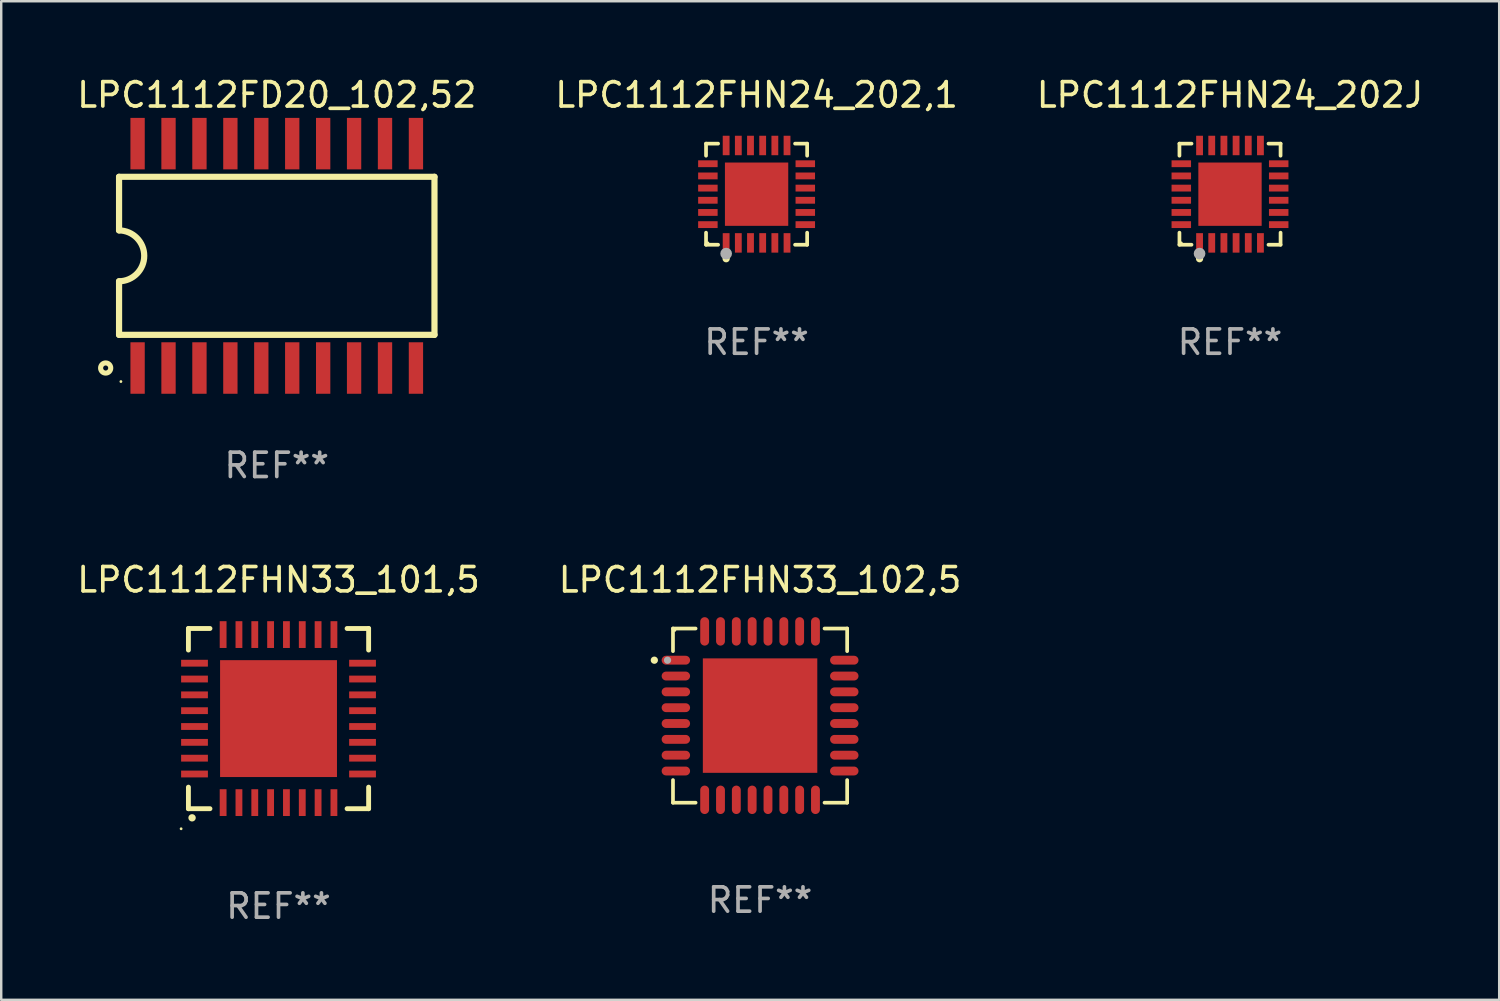
<source format=kicad_pcb>
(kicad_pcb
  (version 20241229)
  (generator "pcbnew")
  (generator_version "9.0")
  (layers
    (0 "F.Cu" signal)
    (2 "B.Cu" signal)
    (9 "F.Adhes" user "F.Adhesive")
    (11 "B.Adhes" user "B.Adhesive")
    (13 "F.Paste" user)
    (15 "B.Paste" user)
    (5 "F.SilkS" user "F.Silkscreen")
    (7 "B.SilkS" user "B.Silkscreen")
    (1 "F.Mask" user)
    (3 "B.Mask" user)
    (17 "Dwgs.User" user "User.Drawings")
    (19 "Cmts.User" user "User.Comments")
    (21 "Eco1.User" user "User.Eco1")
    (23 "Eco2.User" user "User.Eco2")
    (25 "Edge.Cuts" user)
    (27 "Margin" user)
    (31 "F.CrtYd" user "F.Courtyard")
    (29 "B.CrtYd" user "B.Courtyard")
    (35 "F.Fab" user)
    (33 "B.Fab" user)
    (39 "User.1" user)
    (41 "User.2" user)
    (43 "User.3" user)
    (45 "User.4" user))
  (footprint "LPC1112FHN33_102,5"
    (layer "F.Cu")
    (at 28.161 26.335)
    (property "Reference" "LPC1112FHN33_102,5" (at 0 -5.576 0) (layer "F.SilkS") (effects (font (size 1 1) (thickness 0.15))))
    (attr through_hole)
    (fp_line (start -3.576 -3.576) (end -3.576 -2.647) (stroke (width 0.152) (type solid)) (layer "F.SilkS"))
    (fp_line (start -3.576 3.576) (end -3.576 2.647) (stroke (width 0.152) (type solid)) (layer "F.SilkS"))
    (fp_line (start -2.647 -3.576) (end -3.576 -3.576) (stroke (width 0.152) (type solid)) (layer "F.SilkS"))
    (fp_line (start -2.647 3.576) (end -3.576 3.576) (stroke (width 0.152) (type solid)) (layer "F.SilkS"))
    (fp_line (start 2.647 -3.576) (end 3.576 -3.576) (stroke (width 0.152) (type solid)) (layer "F.SilkS"))
    (fp_line (start 2.647 3.576) (end 3.576 3.576) (stroke (width 0.152) (type solid)) (layer "F.SilkS"))
    (fp_line (start 3.576 -3.576) (end 3.576 -2.647) (stroke (width 0.152) (type solid)) (layer "F.SilkS"))
    (fp_line (start 3.576 3.576) (end 3.576 2.647) (stroke (width 0.152) (type solid)) (layer "F.SilkS"))
    (fp_circle (center -4.342 -2.275) (end -4.267 -2.275) (stroke (width 0.15) (type solid)) (fill no) (layer "F.SilkS"))
    (fp_circle (center -3.5 -3.5) (end -3.47 -3.5) (stroke (width 0.06) (type solid)) (fill no) (layer "F.SilkS"))
    (fp_circle (center -3.8 -2.275) (end -3.725 -2.275) (stroke (width 0.15) (type solid)) (fill no) (layer "F.Fab"))
    (fp_text user "REF**" (at 0 7.576 0) (layer "F.Fab") (effects (font (size 1 1) (thickness 0.15))))
    (pad "1" smd oval (at -3.458 -2.275 270) (size 0.364 1.167) (layers "F.Cu" "F.Mask" "F.Paste"))
    (pad "2" smd oval (at -3.458 -1.625 270) (size 0.364 1.167) (layers "F.Cu" "F.Mask" "F.Paste"))
    (pad "3" smd oval (at -3.458 -0.975 270) (size 0.364 1.167) (layers "F.Cu" "F.Mask" "F.Paste"))
    (pad "4" smd oval (at -3.458 -0.325 270) (size 0.364 1.167) (layers "F.Cu" "F.Mask" "F.Paste"))
    (pad "5" smd oval (at -3.458 0.325 270) (size 0.364 1.167) (layers "F.Cu" "F.Mask" "F.Paste"))
    (pad "6" smd oval (at -3.458 0.975 270) (size 0.364 1.167) (layers "F.Cu" "F.Mask" "F.Paste"))
    (pad "7" smd oval (at -3.458 1.625 270) (size 0.364 1.167) (layers "F.Cu" "F.Mask" "F.Paste"))
    (pad "8" smd oval (at -3.458 2.275 270) (size 0.364 1.167) (layers "F.Cu" "F.Mask" "F.Paste"))
    (pad "9" smd oval (at -2.275 3.458 270) (size 1.167 0.364) (layers "F.Cu" "F.Mask" "F.Paste"))
    (pad "10" smd oval (at -1.625 3.458 270) (size 1.167 0.364) (layers "F.Cu" "F.Mask" "F.Paste"))
    (pad "11" smd oval (at -0.975 3.458 270) (size 1.167 0.364) (layers "F.Cu" "F.Mask" "F.Paste"))
    (pad "12" smd oval (at -0.325 3.458 270) (size 1.167 0.364) (layers "F.Cu" "F.Mask" "F.Paste"))
    (pad "13" smd oval (at 0.325 3.458 270) (size 1.167 0.364) (layers "F.Cu" "F.Mask" "F.Paste"))
    (pad "14" smd oval (at 0.975 3.458 270) (size 1.167 0.364) (layers "F.Cu" "F.Mask" "F.Paste"))
    (pad "15" smd oval (at 1.625 3.458 270) (size 1.167 0.364) (layers "F.Cu" "F.Mask" "F.Paste"))
    (pad "16" smd oval (at 2.275 3.458 270) (size 1.167 0.364) (layers "F.Cu" "F.Mask" "F.Paste"))
    (pad "17" smd oval (at 3.458 2.275 270) (size 0.364 1.167) (layers "F.Cu" "F.Mask" "F.Paste"))
    (pad "18" smd oval (at 3.458 1.625 270) (size 0.364 1.167) (layers "F.Cu" "F.Mask" "F.Paste"))
    (pad "19" smd oval (at 3.458 0.975 270) (size 0.364 1.167) (layers "F.Cu" "F.Mask" "F.Paste"))
    (pad "20" smd oval (at 3.458 0.325 270) (size 0.364 1.167) (layers "F.Cu" "F.Mask" "F.Paste"))
    (pad "21" smd oval (at 3.458 -0.325 270) (size 0.364 1.167) (layers "F.Cu" "F.Mask" "F.Paste"))
    (pad "22" smd oval (at 3.458 -0.975 270) (size 0.364 1.167) (layers "F.Cu" "F.Mask" "F.Paste"))
    (pad "23" smd oval (at 3.458 -1.625 270) (size 0.364 1.167) (layers "F.Cu" "F.Mask" "F.Paste"))
    (pad "24" smd oval (at 3.458 -2.275 270) (size 0.364 1.167) (layers "F.Cu" "F.Mask" "F.Paste"))
    (pad "25" smd oval (at 2.275 -3.458 270) (size 1.167 0.364) (layers "F.Cu" "F.Mask" "F.Paste"))
    (pad "26" smd oval (at 1.625 -3.458 270) (size 1.167 0.364) (layers "F.Cu" "F.Mask" "F.Paste"))
    (pad "27" smd oval (at 0.975 -3.458 270) (size 1.167 0.364) (layers "F.Cu" "F.Mask" "F.Paste"))
    (pad "28" smd oval (at 0.325 -3.458 270) (size 1.167 0.364) (layers "F.Cu" "F.Mask" "F.Paste"))
    (pad "29" smd oval (at -0.325 -3.458 270) (size 1.167 0.364) (layers "F.Cu" "F.Mask" "F.Paste"))
    (pad "30" smd oval (at -0.975 -3.458 270) (size 1.167 0.364) (layers "F.Cu" "F.Mask" "F.Paste"))
    (pad "31" smd oval (at -1.625 -3.458 270) (size 1.167 0.364) (layers "F.Cu" "F.Mask" "F.Paste"))
    (pad "32" smd oval (at -2.275 -3.458 270) (size 1.167 0.364) (layers "F.Cu" "F.Mask" "F.Paste"))
    (pad "33" smd rect (at 0 0) (size 4.7 4.7) (layers "F.Cu" "F.Mask" "F.Paste")))
  (footprint "LPC1112FHN24_202,1"
    (layer "F.Cu")
    (at 28.018 4.924)
    (property "Reference" "LPC1112FHN24_202,1" (at 0 -4.076 0) (layer "F.SilkS") (effects (font (size 1 1) (thickness 0.15))))
    (attr through_hole)
    (fp_line (start -2.076 -2.076) (end -1.58 -2.076) (stroke (width 0.152) (type solid)) (layer "F.SilkS"))
    (fp_line (start -2.076 -1.58) (end -2.076 -2.076) (stroke (width 0.152) (type solid)) (layer "F.SilkS"))
    (fp_line (start -2.076 1.58) (end -2.076 2.076) (stroke (width 0.152) (type solid)) (layer "F.SilkS"))
    (fp_line (start -2.076 2.076) (end -1.58 2.076) (stroke (width 0.152) (type solid)) (layer "F.SilkS"))
    (fp_line (start 2.076 -2.076) (end 1.58 -2.076) (stroke (width 0.152) (type solid)) (layer "F.SilkS"))
    (fp_line (start 2.076 -1.58) (end 2.076 -2.076) (stroke (width 0.152) (type solid)) (layer "F.SilkS"))
    (fp_line (start 2.076 1.58) (end 2.076 2.076) (stroke (width 0.152) (type solid)) (layer "F.SilkS"))
    (fp_line (start 2.076 2.076) (end 1.58 2.076) (stroke (width 0.152) (type solid)) (layer "F.SilkS"))
    (fp_circle (center -2 2) (end -1.97 2) (stroke (width 0.06) (type solid)) (fill no) (layer "F.SilkS"))
    (fp_circle (center -1.25 2.65) (end -1.175 2.65) (stroke (width 0.15) (type solid)) (fill no) (layer "F.SilkS"))
    (fp_circle (center -1.25 2.44) (end -1.13 2.44) (stroke (width 0.24) (type solid)) (fill no) (layer "F.Fab"))
    (fp_text user "REF**" (at 0 6.076 0) (layer "F.Fab") (effects (font (size 1 1) (thickness 0.15))))
    (pad "1" smd rect (at -1.25 2) (size 0.28 0.8) (layers "F.Cu" "F.Mask" "F.Paste"))
    (pad "2" smd rect (at -0.75 2) (size 0.28 0.8) (layers "F.Cu" "F.Mask" "F.Paste"))
    (pad "3" smd rect (at -0.25 2) (size 0.28 0.8) (layers "F.Cu" "F.Mask" "F.Paste"))
    (pad "4" smd rect (at 0.25 2) (size 0.28 0.8) (layers "F.Cu" "F.Mask" "F.Paste"))
    (pad "5" smd rect (at 0.75 2) (size 0.28 0.8) (layers "F.Cu" "F.Mask" "F.Paste"))
    (pad "6" smd rect (at 1.25 2) (size 0.28 0.8) (layers "F.Cu" "F.Mask" "F.Paste"))
    (pad "7" smd rect (at 2 1.25) (size 0.8 0.28) (layers "F.Cu" "F.Mask" "F.Paste"))
    (pad "8" smd rect (at 2 0.75) (size 0.8 0.28) (layers "F.Cu" "F.Mask" "F.Paste"))
    (pad "9" smd rect (at 2 0.25) (size 0.8 0.28) (layers "F.Cu" "F.Mask" "F.Paste"))
    (pad "10" smd rect (at 2 -0.25) (size 0.8 0.28) (layers "F.Cu" "F.Mask" "F.Paste"))
    (pad "11" smd rect (at 2 -0.75) (size 0.8 0.28) (layers "F.Cu" "F.Mask" "F.Paste"))
    (pad "12" smd rect (at 2 -1.25) (size 0.8 0.28) (layers "F.Cu" "F.Mask" "F.Paste"))
    (pad "13" smd rect (at 1.25 -2) (size 0.28 0.8) (layers "F.Cu" "F.Mask" "F.Paste"))
    (pad "14" smd rect (at 0.75 -2) (size 0.28 0.8) (layers "F.Cu" "F.Mask" "F.Paste"))
    (pad "15" smd rect (at 0.25 -2) (size 0.28 0.8) (layers "F.Cu" "F.Mask" "F.Paste"))
    (pad "16" smd rect (at -0.25 -2) (size 0.28 0.8) (layers "F.Cu" "F.Mask" "F.Paste"))
    (pad "17" smd rect (at -0.75 -2) (size 0.28 0.8) (layers "F.Cu" "F.Mask" "F.Paste"))
    (pad "18" smd rect (at -1.25 -2) (size 0.28 0.8) (layers "F.Cu" "F.Mask" "F.Paste"))
    (pad "19" smd rect (at -2 -1.25) (size 0.8 0.28) (layers "F.Cu" "F.Mask" "F.Paste"))
    (pad "20" smd rect (at -2 -0.75) (size 0.8 0.28) (layers "F.Cu" "F.Mask" "F.Paste"))
    (pad "21" smd rect (at -2 -0.25) (size 0.8 0.28) (layers "F.Cu" "F.Mask" "F.Paste"))
    (pad "22" smd rect (at -2 0.25) (size 0.8 0.28) (layers "F.Cu" "F.Mask" "F.Paste"))
    (pad "23" smd rect (at -2 0.75) (size 0.8 0.28) (layers "F.Cu" "F.Mask" "F.Paste"))
    (pad "24" smd rect (at -2 1.25) (size 0.8 0.28) (layers "F.Cu" "F.Mask" "F.Paste"))
    (pad "25" smd rect (at 0 0) (size 2.6 2.6) (layers "F.Cu" "F.Mask" "F.Paste")))
  (footprint "LPC1112FHN24_202J"
    (layer "F.Cu")
    (at 47.458 4.924)
    (property "Reference" "LPC1112FHN24_202J" (at 0 -4.076 0) (layer "F.SilkS") (effects (font (size 1 1) (thickness 0.15))))
    (attr through_hole)
    (fp_line (start -2.076 -2.076) (end -1.58 -2.076) (stroke (width 0.152) (type solid)) (layer "F.SilkS"))
    (fp_line (start -2.076 -1.58) (end -2.076 -2.076) (stroke (width 0.152) (type solid)) (layer "F.SilkS"))
    (fp_line (start -2.076 1.58) (end -2.076 2.076) (stroke (width 0.152) (type solid)) (layer "F.SilkS"))
    (fp_line (start -2.076 2.076) (end -1.58 2.076) (stroke (width 0.152) (type solid)) (layer "F.SilkS"))
    (fp_line (start 2.076 -2.076) (end 1.58 -2.076) (stroke (width 0.152) (type solid)) (layer "F.SilkS"))
    (fp_line (start 2.076 -1.58) (end 2.076 -2.076) (stroke (width 0.152) (type solid)) (layer "F.SilkS"))
    (fp_line (start 2.076 1.58) (end 2.076 2.076) (stroke (width 0.152) (type solid)) (layer "F.SilkS"))
    (fp_line (start 2.076 2.076) (end 1.58 2.076) (stroke (width 0.152) (type solid)) (layer "F.SilkS"))
    (fp_circle (center -2 2) (end -1.97 2) (stroke (width 0.06) (type solid)) (fill no) (layer "F.SilkS"))
    (fp_circle (center -1.25 2.65) (end -1.175 2.65) (stroke (width 0.15) (type solid)) (fill no) (layer "F.SilkS"))
    (fp_circle (center -1.25 2.44) (end -1.13 2.44) (stroke (width 0.24) (type solid)) (fill no) (layer "F.Fab"))
    (fp_text user "REF**" (at 0 6.076 0) (layer "F.Fab") (effects (font (size 1 1) (thickness 0.15))))
    (pad "1" smd rect (at -1.25 2) (size 0.28 0.8) (layers "F.Cu" "F.Mask" "F.Paste"))
    (pad "2" smd rect (at -0.75 2) (size 0.28 0.8) (layers "F.Cu" "F.Mask" "F.Paste"))
    (pad "3" smd rect (at -0.25 2) (size 0.28 0.8) (layers "F.Cu" "F.Mask" "F.Paste"))
    (pad "4" smd rect (at 0.25 2) (size 0.28 0.8) (layers "F.Cu" "F.Mask" "F.Paste"))
    (pad "5" smd rect (at 0.75 2) (size 0.28 0.8) (layers "F.Cu" "F.Mask" "F.Paste"))
    (pad "6" smd rect (at 1.25 2) (size 0.28 0.8) (layers "F.Cu" "F.Mask" "F.Paste"))
    (pad "7" smd rect (at 2 1.25) (size 0.8 0.28) (layers "F.Cu" "F.Mask" "F.Paste"))
    (pad "8" smd rect (at 2 0.75) (size 0.8 0.28) (layers "F.Cu" "F.Mask" "F.Paste"))
    (pad "9" smd rect (at 2 0.25) (size 0.8 0.28) (layers "F.Cu" "F.Mask" "F.Paste"))
    (pad "10" smd rect (at 2 -0.25) (size 0.8 0.28) (layers "F.Cu" "F.Mask" "F.Paste"))
    (pad "11" smd rect (at 2 -0.75) (size 0.8 0.28) (layers "F.Cu" "F.Mask" "F.Paste"))
    (pad "12" smd rect (at 2 -1.25) (size 0.8 0.28) (layers "F.Cu" "F.Mask" "F.Paste"))
    (pad "13" smd rect (at 1.25 -2) (size 0.28 0.8) (layers "F.Cu" "F.Mask" "F.Paste"))
    (pad "14" smd rect (at 0.75 -2) (size 0.28 0.8) (layers "F.Cu" "F.Mask" "F.Paste"))
    (pad "15" smd rect (at 0.25 -2) (size 0.28 0.8) (layers "F.Cu" "F.Mask" "F.Paste"))
    (pad "16" smd rect (at -0.25 -2) (size 0.28 0.8) (layers "F.Cu" "F.Mask" "F.Paste"))
    (pad "17" smd rect (at -0.75 -2) (size 0.28 0.8) (layers "F.Cu" "F.Mask" "F.Paste"))
    (pad "18" smd rect (at -1.25 -2) (size 0.28 0.8) (layers "F.Cu" "F.Mask" "F.Paste"))
    (pad "19" smd rect (at -2 -1.25) (size 0.8 0.28) (layers "F.Cu" "F.Mask" "F.Paste"))
    (pad "20" smd rect (at -2 -0.75) (size 0.8 0.28) (layers "F.Cu" "F.Mask" "F.Paste"))
    (pad "21" smd rect (at -2 -0.25) (size 0.8 0.28) (layers "F.Cu" "F.Mask" "F.Paste"))
    (pad "22" smd rect (at -2 0.25) (size 0.8 0.28) (layers "F.Cu" "F.Mask" "F.Paste"))
    (pad "23" smd rect (at -2 0.75) (size 0.8 0.28) (layers "F.Cu" "F.Mask" "F.Paste"))
    (pad "24" smd rect (at -2 1.25) (size 0.8 0.28) (layers "F.Cu" "F.Mask" "F.Paste"))
    (pad "25" smd rect (at 0 0) (size 2.6 2.6) (layers "F.Cu" "F.Mask" "F.Paste")))
  (footprint "LPC1112FD20_102,52"
    (layer "F.Cu")
    (at 8.315 7.455)
    (property "Reference" "LPC1112FD20_102,52" (at 0 -6.607 0) (layer "F.SilkS") (effects (font (size 1 1) (thickness 0.15))))
    (attr through_hole)
    (fp_line (start -6.476 -3.245) (end -6.476 -1.045) (stroke (width 0.254) (type solid)) (layer "F.SilkS"))
    (fp_line (start -6.476 -3.245) (end 6.476 -3.245) (stroke (width 0.254) (type solid)) (layer "F.SilkS"))
    (fp_line (start -6.476 3.245) (end -6.476 1.045) (stroke (width 0.254) (type solid)) (layer "F.SilkS"))
    (fp_line (start 6.476 -3.245) (end 6.476 3.245) (stroke (width 0.254) (type solid)) (layer "F.SilkS"))
    (fp_line (start 6.476 3.245) (end -6.476 3.245) (stroke (width 0.254) (type solid)) (layer "F.SilkS"))
    (fp_arc (start -6.477013 -1.043942) (mid -5.432436 0.000229) (end -6.4762 1.045212) (stroke (width 0.254001) (type solid)) (layer "F.SilkS"))
    (fp_circle (center -7.026 4.607) (end -6.922 4.607) (stroke (width 0.209) (type solid)) (fill no) (layer "F.SilkS"))
    (fp_circle (center -6.4 5.163) (end -6.37 5.163) (stroke (width 0.06) (type solid)) (fill no) (layer "F.SilkS"))
    (fp_text user "REF**" (at 0 8.607 0) (layer "F.Fab") (effects (font (size 1 1) (thickness 0.15))))
    (pad "1" smd rect (at -5.715 4.607) (size 0.588 2.114) (layers "F.Cu" "F.Mask" "F.Paste"))
    (pad "2" smd rect (at -4.445 4.607) (size 0.588 2.114) (layers "F.Cu" "F.Mask" "F.Paste"))
    (pad "3" smd rect (at -3.175 4.607) (size 0.588 2.114) (layers "F.Cu" "F.Mask" "F.Paste"))
    (pad "4" smd rect (at -1.905 4.607) (size 0.588 2.114) (layers "F.Cu" "F.Mask" "F.Paste"))
    (pad "5" smd rect (at -0.635 4.607) (size 0.588 2.114) (layers "F.Cu" "F.Mask" "F.Paste"))
    (pad "6" smd rect (at 0.635 4.607) (size 0.588 2.114) (layers "F.Cu" "F.Mask" "F.Paste"))
    (pad "7" smd rect (at 1.905 4.607) (size 0.588 2.114) (layers "F.Cu" "F.Mask" "F.Paste"))
    (pad "8" smd rect (at 3.175 4.607) (size 0.588 2.114) (layers "F.Cu" "F.Mask" "F.Paste"))
    (pad "9" smd rect (at 4.445 4.607) (size 0.588 2.114) (layers "F.Cu" "F.Mask" "F.Paste"))
    (pad "10" smd rect (at 5.715 4.607) (size 0.588 2.114) (layers "F.Cu" "F.Mask" "F.Paste"))
    (pad "11" smd rect (at 5.715 -4.607) (size 0.588 2.114) (layers "F.Cu" "F.Mask" "F.Paste"))
    (pad "12" smd rect (at 4.445 -4.607) (size 0.588 2.114) (layers "F.Cu" "F.Mask" "F.Paste"))
    (pad "13" smd rect (at 3.175 -4.607) (size 0.588 2.114) (layers "F.Cu" "F.Mask" "F.Paste"))
    (pad "14" smd rect (at 1.905 -4.607) (size 0.588 2.114) (layers "F.Cu" "F.Mask" "F.Paste"))
    (pad "15" smd rect (at 0.635 -4.607) (size 0.588 2.114) (layers "F.Cu" "F.Mask" "F.Paste"))
    (pad "16" smd rect (at -0.635 -4.607) (size 0.588 2.114) (layers "F.Cu" "F.Mask" "F.Paste"))
    (pad "17" smd rect (at -1.905 -4.607) (size 0.588 2.114) (layers "F.Cu" "F.Mask" "F.Paste"))
    (pad "18" smd rect (at -3.175 -4.607) (size 0.588 2.114) (layers "F.Cu" "F.Mask" "F.Paste"))
    (pad "19" smd rect (at -4.445 -4.607) (size 0.588 2.114) (layers "F.Cu" "F.Mask" "F.Paste"))
    (pad "20" smd rect (at -5.715 -4.607) (size 0.588 2.114) (layers "F.Cu" "F.Mask" "F.Paste")))
  (footprint "LPC1112FHN33_101,5"
    (layer "F.Cu")
    (at 8.387 26.458)
    (property "Reference" "LPC1112FHN33_101,5" (at 0 -5.7 0) (layer "F.SilkS") (effects (font (size 1 1) (thickness 0.15))))
    (attr through_hole)
    (fp_line (start -3.7 -3.7) (end -2.815 -3.7) (stroke (width 0.2) (type solid)) (layer "F.SilkS"))
    (fp_line (start -3.7 -2.815) (end -3.7 -3.7) (stroke (width 0.2) (type solid)) (layer "F.SilkS"))
    (fp_line (start -3.7 3.7) (end -3.7 2.815) (stroke (width 0.2) (type solid)) (layer "F.SilkS"))
    (fp_line (start -2.815 3.7) (end -3.7 3.7) (stroke (width 0.2) (type solid)) (layer "F.SilkS"))
    (fp_line (start 2.815 3.7) (end 3.7 3.7) (stroke (width 0.2) (type solid)) (layer "F.SilkS"))
    (fp_line (start 3.7 -3.7) (end 2.815 -3.7) (stroke (width 0.2) (type solid)) (layer "F.SilkS"))
    (fp_line (start 3.7 -2.815) (end 3.7 -3.7) (stroke (width 0.2) (type solid)) (layer "F.SilkS"))
    (fp_line (start 3.7 3.7) (end 3.7 2.815) (stroke (width 0.2) (type solid)) (layer "F.SilkS"))
    (fp_arc (start -3.551308 4.074168) (mid -3.550038 4.074163) (end -3.548768 4.074168) (stroke (width 0.3) (type solid)) (layer "F.SilkS"))
    (fp_circle (center -4 4.524) (end -3.97 4.524) (stroke (width 0.06) (type solid)) (fill no) (layer "F.SilkS"))
    (fp_text user "REF**" (at 0 7.7 0) (layer "F.Fab") (effects (font (size 1 1) (thickness 0.15))))
    (pad "1" smd rect (at -2.275 3.45 180) (size 0.28 1.1) (layers "F.Cu" "F.Mask" "F.Paste"))
    (pad "2" smd rect (at -1.625 3.45 180) (size 0.28 1.1) (layers "F.Cu" "F.Mask" "F.Paste"))
    (pad "3" smd rect (at -0.975 3.45 180) (size 0.28 1.1) (layers "F.Cu" "F.Mask" "F.Paste"))
    (pad "4" smd rect (at -0.325 3.45 180) (size 0.28 1.1) (layers "F.Cu" "F.Mask" "F.Paste"))
    (pad "5" smd rect (at 0.325 3.45 180) (size 0.28 1.1) (layers "F.Cu" "F.Mask" "F.Paste"))
    (pad "6" smd rect (at 0.975 3.45 180) (size 0.28 1.1) (layers "F.Cu" "F.Mask" "F.Paste"))
    (pad "7" smd rect (at 1.625 3.45 180) (size 0.28 1.1) (layers "F.Cu" "F.Mask" "F.Paste"))
    (pad "8" smd rect (at 2.275 3.45 180) (size 0.28 1.1) (layers "F.Cu" "F.Mask" "F.Paste"))
    (pad "9" smd rect (at 3.45 2.275 90) (size 0.28 1.1) (layers "F.Cu" "F.Mask" "F.Paste"))
    (pad "10" smd rect (at 3.45 1.625 90) (size 0.28 1.1) (layers "F.Cu" "F.Mask" "F.Paste"))
    (pad "11" smd rect (at 3.45 0.975 90) (size 0.28 1.1) (layers "F.Cu" "F.Mask" "F.Paste"))
    (pad "12" smd rect (at 3.45 0.325 90) (size 0.28 1.1) (layers "F.Cu" "F.Mask" "F.Paste"))
    (pad "13" smd rect (at 3.45 -0.325 90) (size 0.28 1.1) (layers "F.Cu" "F.Mask" "F.Paste"))
    (pad "14" smd rect (at 3.45 -0.975 90) (size 0.28 1.1) (layers "F.Cu" "F.Mask" "F.Paste"))
    (pad "15" smd rect (at 3.45 -1.625 90) (size 0.28 1.1) (layers "F.Cu" "F.Mask" "F.Paste"))
    (pad "16" smd rect (at 3.45 -2.275 90) (size 0.28 1.1) (layers "F.Cu" "F.Mask" "F.Paste"))
    (pad "17" smd rect (at 2.275 -3.45 180) (size 0.28 1.1) (layers "F.Cu" "F.Mask" "F.Paste"))
    (pad "18" smd rect (at 1.625 -3.45 180) (size 0.28 1.1) (layers "F.Cu" "F.Mask" "F.Paste"))
    (pad "19" smd rect (at 0.975 -3.45 180) (size 0.28 1.1) (layers "F.Cu" "F.Mask" "F.Paste"))
    (pad "20" smd rect (at 0.325 -3.45 180) (size 0.28 1.1) (layers "F.Cu" "F.Mask" "F.Paste"))
    (pad "21" smd rect (at -0.325 -3.45 180) (size 0.28 1.1) (layers "F.Cu" "F.Mask" "F.Paste"))
    (pad "22" smd rect (at -0.975 -3.45 180) (size 0.28 1.1) (layers "F.Cu" "F.Mask" "F.Paste"))
    (pad "23" smd rect (at -1.625 -3.45 180) (size 0.28 1.1) (layers "F.Cu" "F.Mask" "F.Paste"))
    (pad "24" smd rect (at -2.275 -3.45 180) (size 0.28 1.1) (layers "F.Cu" "F.Mask" "F.Paste"))
    (pad "25" smd rect (at -3.45 -2.275 90) (size 0.28 1.1) (layers "F.Cu" "F.Mask" "F.Paste"))
    (pad "26" smd rect (at -3.45 -1.625 90) (size 0.28 1.1) (layers "F.Cu" "F.Mask" "F.Paste"))
    (pad "27" smd rect (at -3.45 -0.975 90) (size 0.28 1.1) (layers "F.Cu" "F.Mask" "F.Paste"))
    (pad "28" smd rect (at -3.45 -0.325 90) (size 0.28 1.1) (layers "F.Cu" "F.Mask" "F.Paste"))
    (pad "29" smd rect (at -3.45 0.325 90) (size 0.28 1.1) (layers "F.Cu" "F.Mask" "F.Paste"))
    (pad "30" smd rect (at -3.45 0.975 90) (size 0.28 1.1) (layers "F.Cu" "F.Mask" "F.Paste"))
    (pad "31" smd rect (at -3.45 1.625 90) (size 0.28 1.1) (layers "F.Cu" "F.Mask" "F.Paste"))
    (pad "32" smd rect (at -3.45 2.275 90) (size 0.28 1.1) (layers "F.Cu" "F.Mask" "F.Paste"))
    (pad "33" smd rect (at 0 0 90) (size 4.8 4.8) (layers "F.Cu" "F.Mask" "F.Paste")))
  (gr_rect
    (start -3 -3)
    (end 58.512 38.007)
    (stroke (width 0.1) (type default))
    (fill no)
    (layer "Edge.Cuts")))
</source>
